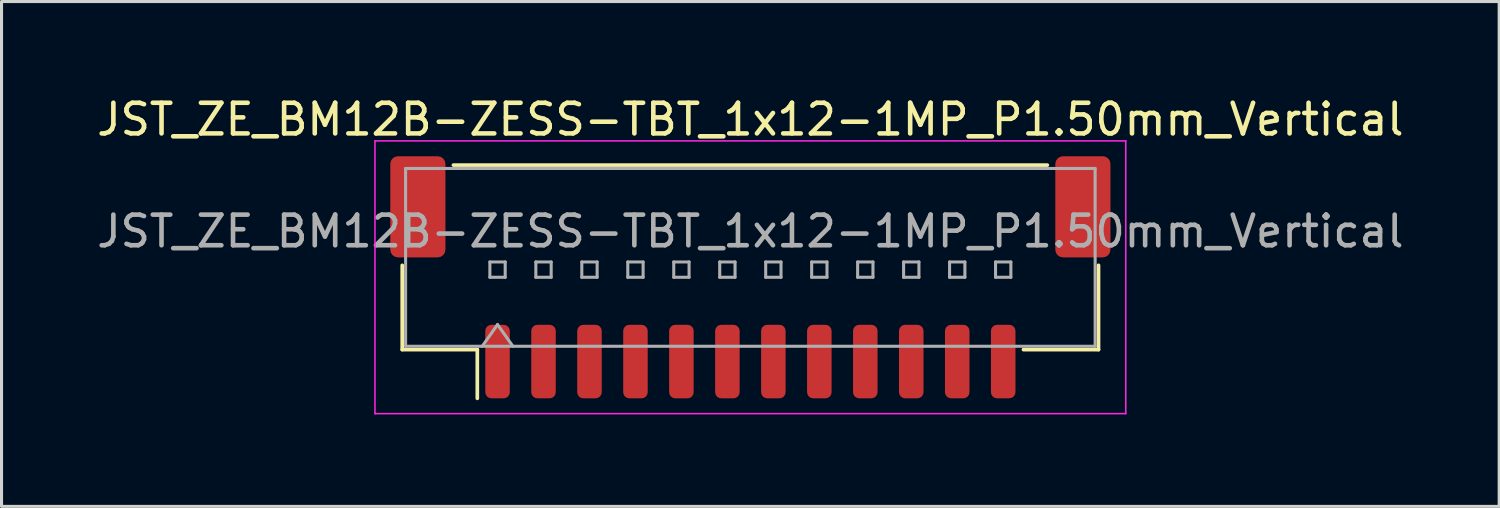
<source format=kicad_pcb>
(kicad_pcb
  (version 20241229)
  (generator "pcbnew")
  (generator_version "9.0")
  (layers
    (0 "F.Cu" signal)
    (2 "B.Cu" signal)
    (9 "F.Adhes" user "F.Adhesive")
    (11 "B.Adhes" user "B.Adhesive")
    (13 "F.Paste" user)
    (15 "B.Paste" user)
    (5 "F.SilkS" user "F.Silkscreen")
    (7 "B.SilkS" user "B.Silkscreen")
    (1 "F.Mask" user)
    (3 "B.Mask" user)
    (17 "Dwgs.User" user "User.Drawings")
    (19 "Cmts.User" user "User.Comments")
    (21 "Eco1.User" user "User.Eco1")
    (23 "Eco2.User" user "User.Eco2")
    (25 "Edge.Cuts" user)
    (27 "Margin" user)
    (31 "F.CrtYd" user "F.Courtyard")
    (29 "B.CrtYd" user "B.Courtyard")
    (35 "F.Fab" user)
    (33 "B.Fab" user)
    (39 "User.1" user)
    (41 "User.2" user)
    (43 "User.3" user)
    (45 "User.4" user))
  (footprint "JST_ZE_BM12B-ZESS-TBT_1x12-1MP_P1.50mm_Vertical"
    (layer "F.Cu")
    (at 21.435 5.998)
    (property "Reference" "JST_ZE_BM12B-ZESS-TBT_1x12-1MP_P1.50mm_Vertical" (at 0 -5.15 0) (layer "F.SilkS") (effects (font (size 1 1) (thickness 0.15))))
    (attr smd)
    (fp_line (start -11.36 -0.39) (end -11.36 2.36) (stroke (width 0.12) (type solid)) (layer "F.SilkS"))
    (fp_line (start -11.36 2.36) (end -8.91 2.36) (stroke (width 0.12) (type solid)) (layer "F.SilkS"))
    (fp_line (start -9.69 -3.66) (end 9.69 -3.66) (stroke (width 0.12) (type solid)) (layer "F.SilkS"))
    (fp_line (start -8.91 2.36) (end -8.91 3.95) (stroke (width 0.12) (type solid)) (layer "F.SilkS"))
    (fp_line (start 11.36 -0.39) (end 11.36 2.36) (stroke (width 0.12) (type solid)) (layer "F.SilkS"))
    (fp_line (start 11.36 2.36) (end 8.91 2.36) (stroke (width 0.12) (type solid)) (layer "F.SilkS"))
    (fp_line (start -12.25 -4.45) (end -12.25 4.45) (stroke (width 0.05) (type solid)) (layer "F.CrtYd"))
    (fp_line (start -12.25 4.45) (end 12.25 4.45) (stroke (width 0.05) (type solid)) (layer "F.CrtYd"))
    (fp_line (start 12.25 -4.45) (end -12.25 -4.45) (stroke (width 0.05) (type solid)) (layer "F.CrtYd"))
    (fp_line (start 12.25 4.45) (end 12.25 -4.45) (stroke (width 0.05) (type solid)) (layer "F.CrtYd"))
    (fp_line (start -11.25 -3.55) (end 11.25 -3.55) (stroke (width 0.1) (type solid)) (layer "F.Fab"))
    (fp_line (start -11.25 2.25) (end -11.25 -3.55) (stroke (width 0.1) (type solid)) (layer "F.Fab"))
    (fp_line (start -11.25 2.25) (end 11.25 2.25) (stroke (width 0.1) (type solid)) (layer "F.Fab"))
    (fp_line (start -8.75 2.25) (end -8.25 1.543) (stroke (width 0.1) (type solid)) (layer "F.Fab"))
    (fp_line (start -8.5 -0.5) (end -8.5 0) (stroke (width 0.1) (type solid)) (layer "F.Fab"))
    (fp_line (start -8.5 0) (end -8 0) (stroke (width 0.1) (type solid)) (layer "F.Fab"))
    (fp_line (start -8.25 1.543) (end -7.75 2.25) (stroke (width 0.1) (type solid)) (layer "F.Fab"))
    (fp_line (start -8 -0.5) (end -8.5 -0.5) (stroke (width 0.1) (type solid)) (layer "F.Fab"))
    (fp_line (start -8 0) (end -8 -0.5) (stroke (width 0.1) (type solid)) (layer "F.Fab"))
    (fp_line (start -7 -0.5) (end -7 0) (stroke (width 0.1) (type solid)) (layer "F.Fab"))
    (fp_line (start -7 0) (end -6.5 0) (stroke (width 0.1) (type solid)) (layer "F.Fab"))
    (fp_line (start -6.5 -0.5) (end -7 -0.5) (stroke (width 0.1) (type solid)) (layer "F.Fab"))
    (fp_line (start -6.5 0) (end -6.5 -0.5) (stroke (width 0.1) (type solid)) (layer "F.Fab"))
    (fp_line (start -5.5 -0.5) (end -5.5 0) (stroke (width 0.1) (type solid)) (layer "F.Fab"))
    (fp_line (start -5.5 0) (end -5 0) (stroke (width 0.1) (type solid)) (layer "F.Fab"))
    (fp_line (start -5 -0.5) (end -5.5 -0.5) (stroke (width 0.1) (type solid)) (layer "F.Fab"))
    (fp_line (start -5 0) (end -5 -0.5) (stroke (width 0.1) (type solid)) (layer "F.Fab"))
    (fp_line (start -4 -0.5) (end -4 0) (stroke (width 0.1) (type solid)) (layer "F.Fab"))
    (fp_line (start -4 0) (end -3.5 0) (stroke (width 0.1) (type solid)) (layer "F.Fab"))
    (fp_line (start -3.5 -0.5) (end -4 -0.5) (stroke (width 0.1) (type solid)) (layer "F.Fab"))
    (fp_line (start -3.5 0) (end -3.5 -0.5) (stroke (width 0.1) (type solid)) (layer "F.Fab"))
    (fp_line (start -2.5 -0.5) (end -2.5 0) (stroke (width 0.1) (type solid)) (layer "F.Fab"))
    (fp_line (start -2.5 0) (end -2 0) (stroke (width 0.1) (type solid)) (layer "F.Fab"))
    (fp_line (start -2 -0.5) (end -2.5 -0.5) (stroke (width 0.1) (type solid)) (layer "F.Fab"))
    (fp_line (start -2 0) (end -2 -0.5) (stroke (width 0.1) (type solid)) (layer "F.Fab"))
    (fp_line (start -1 -0.5) (end -1 0) (stroke (width 0.1) (type solid)) (layer "F.Fab"))
    (fp_line (start -1 0) (end -0.5 0) (stroke (width 0.1) (type solid)) (layer "F.Fab"))
    (fp_line (start -0.5 -0.5) (end -1 -0.5) (stroke (width 0.1) (type solid)) (layer "F.Fab"))
    (fp_line (start -0.5 0) (end -0.5 -0.5) (stroke (width 0.1) (type solid)) (layer "F.Fab"))
    (fp_line (start 0.5 -0.5) (end 0.5 0) (stroke (width 0.1) (type solid)) (layer "F.Fab"))
    (fp_line (start 0.5 0) (end 1 0) (stroke (width 0.1) (type solid)) (layer "F.Fab"))
    (fp_line (start 1 -0.5) (end 0.5 -0.5) (stroke (width 0.1) (type solid)) (layer "F.Fab"))
    (fp_line (start 1 0) (end 1 -0.5) (stroke (width 0.1) (type solid)) (layer "F.Fab"))
    (fp_line (start 2 -0.5) (end 2 0) (stroke (width 0.1) (type solid)) (layer "F.Fab"))
    (fp_line (start 2 0) (end 2.5 0) (stroke (width 0.1) (type solid)) (layer "F.Fab"))
    (fp_line (start 2.5 -0.5) (end 2 -0.5) (stroke (width 0.1) (type solid)) (layer "F.Fab"))
    (fp_line (start 2.5 0) (end 2.5 -0.5) (stroke (width 0.1) (type solid)) (layer "F.Fab"))
    (fp_line (start 3.5 -0.5) (end 3.5 0) (stroke (width 0.1) (type solid)) (layer "F.Fab"))
    (fp_line (start 3.5 0) (end 4 0) (stroke (width 0.1) (type solid)) (layer "F.Fab"))
    (fp_line (start 4 -0.5) (end 3.5 -0.5) (stroke (width 0.1) (type solid)) (layer "F.Fab"))
    (fp_line (start 4 0) (end 4 -0.5) (stroke (width 0.1) (type solid)) (layer "F.Fab"))
    (fp_line (start 5 -0.5) (end 5 0) (stroke (width 0.1) (type solid)) (layer "F.Fab"))
    (fp_line (start 5 0) (end 5.5 0) (stroke (width 0.1) (type solid)) (layer "F.Fab"))
    (fp_line (start 5.5 -0.5) (end 5 -0.5) (stroke (width 0.1) (type solid)) (layer "F.Fab"))
    (fp_line (start 5.5 0) (end 5.5 -0.5) (stroke (width 0.1) (type solid)) (layer "F.Fab"))
    (fp_line (start 6.5 -0.5) (end 6.5 0) (stroke (width 0.1) (type solid)) (layer "F.Fab"))
    (fp_line (start 6.5 0) (end 7 0) (stroke (width 0.1) (type solid)) (layer "F.Fab"))
    (fp_line (start 7 -0.5) (end 6.5 -0.5) (stroke (width 0.1) (type solid)) (layer "F.Fab"))
    (fp_line (start 7 0) (end 7 -0.5) (stroke (width 0.1) (type solid)) (layer "F.Fab"))
    (fp_line (start 8 -0.5) (end 8 0) (stroke (width 0.1) (type solid)) (layer "F.Fab"))
    (fp_line (start 8 0) (end 8.5 0) (stroke (width 0.1) (type solid)) (layer "F.Fab"))
    (fp_line (start 8.5 -0.5) (end 8 -0.5) (stroke (width 0.1) (type solid)) (layer "F.Fab"))
    (fp_line (start 8.5 0) (end 8.5 -0.5) (stroke (width 0.1) (type solid)) (layer "F.Fab"))
    (fp_line (start 11.25 2.25) (end 11.25 -3.55) (stroke (width 0.1) (type solid)) (layer "F.Fab"))
    (fp_text user "${REFERENCE}" (at 0 -1.5 0) (layer "F.Fab") (effects (font (size 1 1) (thickness 0.15))))
    (pad "1" smd roundrect (at -8.25 2.75) (size 0.8 2.4) (layers "F.Cu" "F.Mask" "F.Paste") (roundrect_rratio 0.25))
    (pad "2" smd roundrect (at -6.75 2.75) (size 0.8 2.4) (layers "F.Cu" "F.Mask" "F.Paste") (roundrect_rratio 0.25))
    (pad "3" smd roundrect (at -5.25 2.75) (size 0.8 2.4) (layers "F.Cu" "F.Mask" "F.Paste") (roundrect_rratio 0.25))
    (pad "4" smd roundrect (at -3.75 2.75) (size 0.8 2.4) (layers "F.Cu" "F.Mask" "F.Paste") (roundrect_rratio 0.25))
    (pad "5" smd roundrect (at -2.25 2.75) (size 0.8 2.4) (layers "F.Cu" "F.Mask" "F.Paste") (roundrect_rratio 0.25))
    (pad "6" smd roundrect (at -0.75 2.75) (size 0.8 2.4) (layers "F.Cu" "F.Mask" "F.Paste") (roundrect_rratio 0.25))
    (pad "7" smd roundrect (at 0.75 2.75) (size 0.8 2.4) (layers "F.Cu" "F.Mask" "F.Paste") (roundrect_rratio 0.25))
    (pad "8" smd roundrect (at 2.25 2.75) (size 0.8 2.4) (layers "F.Cu" "F.Mask" "F.Paste") (roundrect_rratio 0.25))
    (pad "9" smd roundrect (at 3.75 2.75) (size 0.8 2.4) (layers "F.Cu" "F.Mask" "F.Paste") (roundrect_rratio 0.25))
    (pad "10" smd roundrect (at 5.25 2.75) (size 0.8 2.4) (layers "F.Cu" "F.Mask" "F.Paste") (roundrect_rratio 0.25))
    (pad "11" smd roundrect (at 6.75 2.75) (size 0.8 2.4) (layers "F.Cu" "F.Mask" "F.Paste") (roundrect_rratio 0.25))
    (pad "12" smd roundrect (at 8.25 2.75) (size 0.8 2.4) (layers "F.Cu" "F.Mask" "F.Paste") (roundrect_rratio 0.25))
    (pad "MP" smd roundrect (at -10.85 -2.3) (size 1.8 3.3) (layers "F.Cu" "F.Mask" "F.Paste") (roundrect_rratio 0.139))
    (pad "MP" smd roundrect (at 10.85 -2.3) (size 1.8 3.3) (layers "F.Cu" "F.Mask" "F.Paste") (roundrect_rratio 0.139)))
  (gr_rect
    (start -3 -3)
    (end 45.869 13.473)
    (stroke (width 0.1) (type default))
    (fill no)
    (layer "Edge.Cuts")))
</source>
